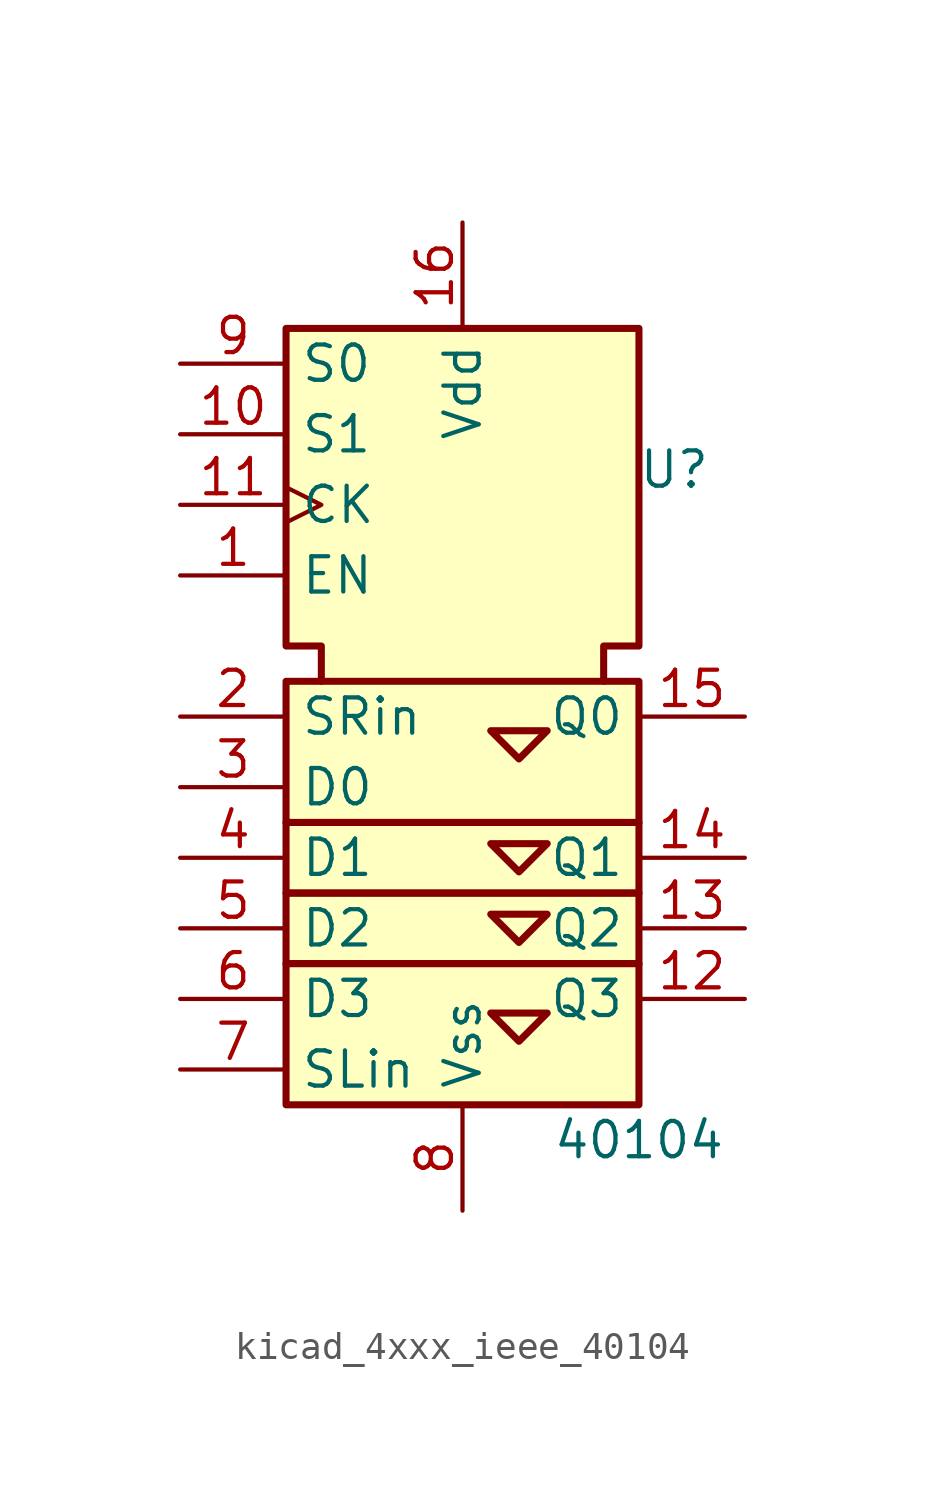
<source format=kicad_sym>
(kicad_symbol_lib
  (version 20220914)
  (generator kicad_symbol_editor)
  (symbol "kicad_4xxx_ieee_40104"
    (property "Reference" "U"
      (at 7.62 8.89 0)
      (effects (font (size 1.27 1.27))))
    (property "Value" "40104"
      (at 6.35 -15.24 0)
      (effects (font (size 1.27 1.27))))
    (symbol "kicad_4xxx_ieee_40104_0_0"
      (rectangle (start -6.35 -8.89) (end 6.35 -13.97) (stroke (width 0.254) (type default)) (fill (type background)))
      (rectangle (start -6.35 -6.35) (end 6.35 -8.89) (stroke (width 0.254) (type default)) (fill (type background))))
    (symbol "kicad_4xxx_ieee_40104_0_1"
      (rectangle (start -6.35 -3.81) (end 6.35 -6.35) (stroke (width 0.254) (type default)) (fill (type background)))
      (rectangle (start -6.35 1.27) (end 6.35 -3.81) (stroke (width 0.254) (type default)) (fill (type background)))
      (polyline (pts (xy 1.016 -10.668) (xy 3.048 -10.668) (xy 2.032 -11.684) (xy 1.016 -10.668) (xy 1.016 -10.668)) (stroke (width 0.254) (type default)) (fill (type background)))
      (polyline (pts (xy 1.016 -7.112) (xy 2.032 -8.128) (xy 3.048 -7.112) (xy 1.016 -7.112) (xy 1.016 -7.112)) (stroke (width 0.254) (type default)) (fill (type background)))
      (polyline (pts (xy 1.016 -4.572) (xy 2.032 -5.588) (xy 3.048 -4.572) (xy 1.016 -4.572) (xy 1.016 -4.572)) (stroke (width 0.254) (type default)) (fill (type background)))
      (polyline (pts (xy 1.016 -0.508) (xy 2.032 -1.524) (xy 3.048 -0.508) (xy 1.016 -0.508) (xy 1.016 -0.508)) (stroke (width 0.254) (type default)) (fill (type background)))
      (polyline (pts (xy -5.08 1.27) (xy -5.08 2.54) (xy -6.35 2.54) (xy -6.35 13.97) (xy 6.35 13.97) (xy 6.35 2.54) (xy 5.08 2.54) (xy 5.08 1.27) (xy 5.08 1.27)) (stroke (width 0.254) (type default)) (fill (type background))))
    (symbol "kicad_4xxx_ieee_40104_1_1"
      (pin input line (at -10.16 5.08 0) (length 3.81) (name "EN" (effects (font (size 1.27 1.27)))) (number "1" (effects (font (size 1.27 1.27)))))
      (pin input line (at -10.16 10.16 0) (length 3.81) (name "S1" (effects (font (size 1.27 1.27)))) (number "10" (effects (font (size 1.27 1.27)))))
      (pin input clock (at -10.16 7.62 0) (length 3.81) (name "CK" (effects (font (size 1.27 1.27)))) (number "11" (effects (font (size 1.27 1.27)))))
      (pin output line (at 10.16 -10.16 180) (length 3.81) (name "Q3" (effects (font (size 1.27 1.27)))) (number "12" (effects (font (size 1.27 1.27)))))
      (pin output line (at 10.16 -7.62 180) (length 3.81) (name "Q2" (effects (font (size 1.27 1.27)))) (number "13" (effects (font (size 1.27 1.27)))))
      (pin output line (at 10.16 -5.08 180) (length 3.81) (name "Q1" (effects (font (size 1.27 1.27)))) (number "14" (effects (font (size 1.27 1.27)))))
      (pin output line (at 10.16 0 180) (length 3.81) (name "Q0" (effects (font (size 1.27 1.27)))) (number "15" (effects (font (size 1.27 1.27)))))
      (pin power_in line (at 0 17.78 270) (length 3.81) (name "Vdd" (effects (font (size 1.27 1.27)))) (number "16" (effects (font (size 1.27 1.27)))))
      (pin input line (at -10.16 0 0) (length 3.81) (name "SRin" (effects (font (size 1.27 1.27)))) (number "2" (effects (font (size 1.27 1.27)))))
      (pin input line (at -10.16 -2.54 0) (length 3.81) (name "D0" (effects (font (size 1.27 1.27)))) (number "3" (effects (font (size 1.27 1.27)))))
      (pin input line (at -10.16 -5.08 0) (length 3.81) (name "D1" (effects (font (size 1.27 1.27)))) (number "4" (effects (font (size 1.27 1.27)))))
      (pin input line (at -10.16 -7.62 0) (length 3.81) (name "D2" (effects (font (size 1.27 1.27)))) (number "5" (effects (font (size 1.27 1.27)))))
      (pin input line (at -10.16 -10.16 0) (length 3.81) (name "D3" (effects (font (size 1.27 1.27)))) (number "6" (effects (font (size 1.27 1.27)))))
      (pin input line (at -10.16 -12.7 0) (length 3.81) (name "SLin" (effects (font (size 1.27 1.27)))) (number "7" (effects (font (size 1.27 1.27)))))
      (pin power_in line (at 0 -17.78 90) (length 3.81) (name "Vss" (effects (font (size 1.27 1.27)))) (number "8" (effects (font (size 1.27 1.27)))))
      (pin input line (at -10.16 12.7 0) (length 3.81) (name "S0" (effects (font (size 1.27 1.27)))) (number "9" (effects (font (size 1.27 1.27))))))))
</source>
